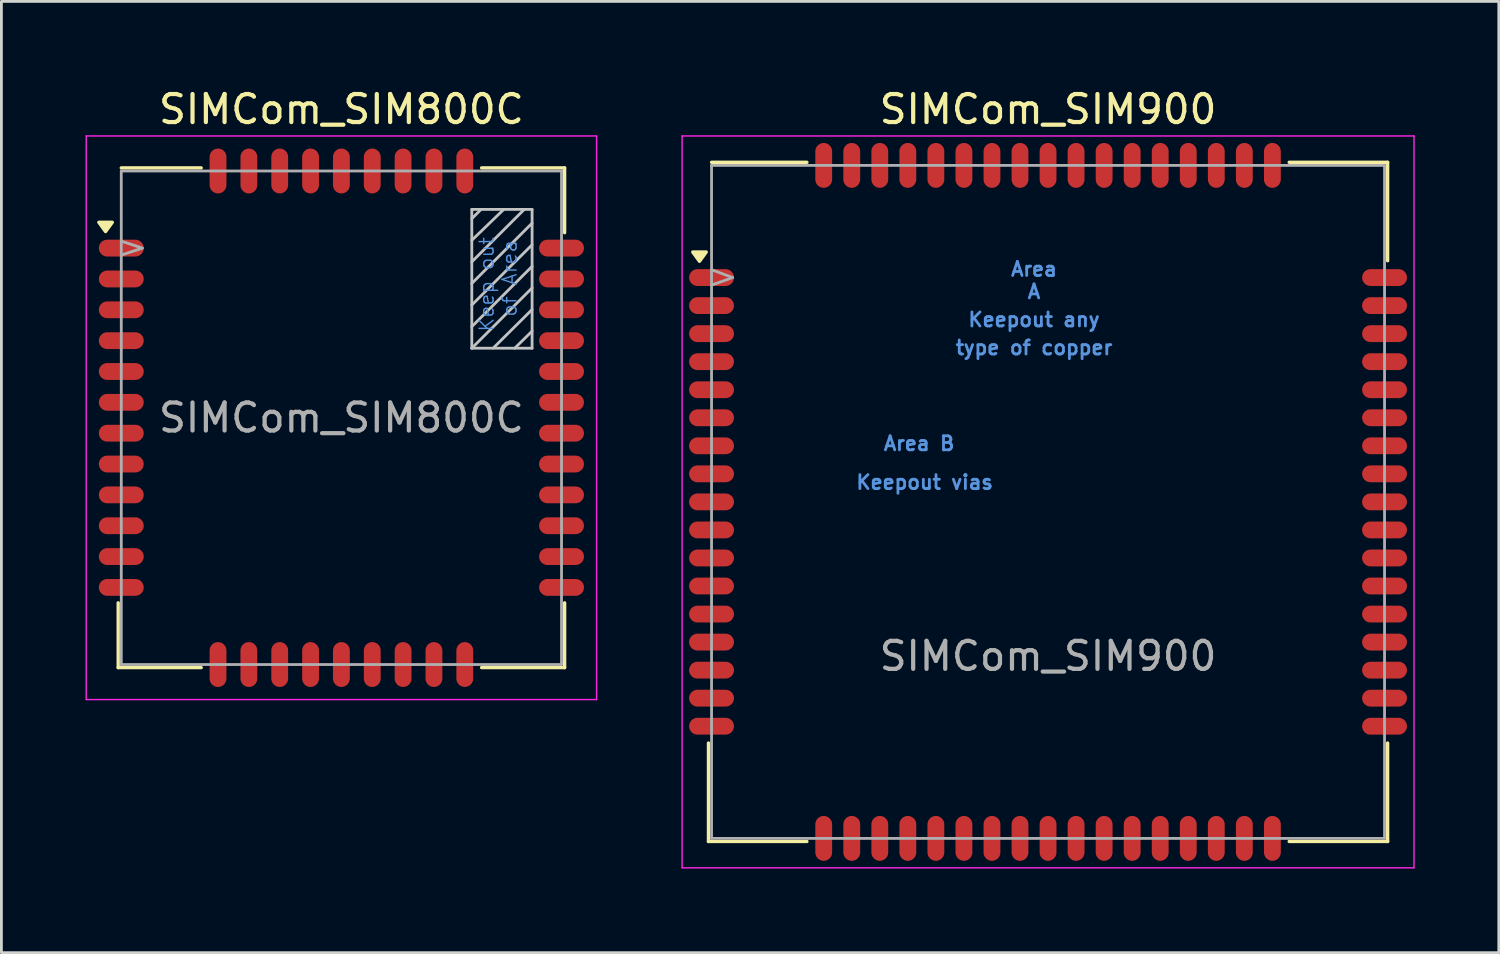
<source format=kicad_pcb>
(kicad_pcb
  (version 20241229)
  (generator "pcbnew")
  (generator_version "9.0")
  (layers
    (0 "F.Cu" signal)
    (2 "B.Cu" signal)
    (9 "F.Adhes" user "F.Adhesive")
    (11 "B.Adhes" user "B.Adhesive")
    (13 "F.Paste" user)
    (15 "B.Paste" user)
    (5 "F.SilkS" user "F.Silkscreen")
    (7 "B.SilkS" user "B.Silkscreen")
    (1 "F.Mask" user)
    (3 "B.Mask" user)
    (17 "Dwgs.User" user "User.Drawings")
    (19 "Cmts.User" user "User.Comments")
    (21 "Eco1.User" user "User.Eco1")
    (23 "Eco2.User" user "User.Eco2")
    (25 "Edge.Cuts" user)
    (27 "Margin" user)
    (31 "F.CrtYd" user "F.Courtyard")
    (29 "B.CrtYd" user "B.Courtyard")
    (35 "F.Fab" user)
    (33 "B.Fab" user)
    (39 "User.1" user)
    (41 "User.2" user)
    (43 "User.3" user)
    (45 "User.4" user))
  (footprint "SIMCom_SIM800C"
    (layer "F.Cu")
    (at 9.125 11.848)
    (property "Reference" "SIMCom_SIM800C" (at 0 -11 0) (layer "F.SilkS") (effects (font (size 1 1) (thickness 0.15))))
    (attr smd)
    (fp_line (start -7.96 8.91) (end -7.96 6.6) (stroke (width 0.12) (type solid)) (layer "F.SilkS"))
    (fp_line (start -7.96 8.91) (end -5 8.91) (stroke (width 0.12) (type solid)) (layer "F.SilkS"))
    (fp_line (start -7.85 -8.91) (end -5 -8.91) (stroke (width 0.12) (type solid)) (layer "F.SilkS"))
    (fp_line (start 7.96 -8.91) (end 5 -8.91) (stroke (width 0.12) (type solid)) (layer "F.SilkS"))
    (fp_line (start 7.96 -8.91) (end 7.96 -6.6) (stroke (width 0.12) (type solid)) (layer "F.SilkS"))
    (fp_line (start 7.96 8.91) (end 5 8.91) (stroke (width 0.12) (type solid)) (layer "F.SilkS"))
    (fp_line (start 7.96 8.91) (end 7.96 6.6) (stroke (width 0.12) (type solid)) (layer "F.SilkS"))
    (fp_poly (pts (xy -8.41 -6.64) (xy -8.65 -6.97) (xy -8.17 -6.97) (xy -8.41 -6.64)) (stroke (width 0.12) (type solid)) (fill yes) (layer "F.SilkS"))
    (fp_line (start 4.65 -7.43) (end 4.65 -2.48) (stroke (width 0.1) (type solid)) (layer "Dwgs.User"))
    (fp_line (start 4.65 -7.43) (end 6.8 -7.43) (stroke (width 0.1) (type solid)) (layer "Dwgs.User"))
    (fp_line (start 4.65 -7.1) (end 4.97 -7.42) (stroke (width 0.1) (type solid)) (layer "Dwgs.User"))
    (fp_line (start 4.65 -6.33) (end 5.78 -7.42) (stroke (width 0.1) (type solid)) (layer "Dwgs.User"))
    (fp_line (start 4.65 -5.56) (end 6.51 -7.42) (stroke (width 0.1) (type solid)) (layer "Dwgs.User"))
    (fp_line (start 4.65 -4.79) (end 6.8 -6.94) (stroke (width 0.1) (type solid)) (layer "Dwgs.User"))
    (fp_line (start 4.65 -4.02) (end 6.8 -6.17) (stroke (width 0.1) (type solid)) (layer "Dwgs.User"))
    (fp_line (start 4.65 -3.25) (end 6.8 -5.4) (stroke (width 0.1) (type solid)) (layer "Dwgs.User"))
    (fp_line (start 4.65 -2.48) (end 6.8 -4.63) (stroke (width 0.1) (type solid)) (layer "Dwgs.User"))
    (fp_line (start 4.65 -2.48) (end 6.8 -2.48) (stroke (width 0.1) (type solid)) (layer "Dwgs.User"))
    (fp_line (start 5.415 -2.486) (end 6.8 -3.86) (stroke (width 0.1) (type solid)) (layer "Dwgs.User"))
    (fp_line (start 6.18 -2.48) (end 6.8 -3.09) (stroke (width 0.1) (type solid)) (layer "Dwgs.User"))
    (fp_line (start 6.8 -7.43) (end 6.8 -2.48) (stroke (width 0.1) (type solid)) (layer "Dwgs.User"))
    (fp_line (start -9.1 -10.05) (end -9.1 10.05) (stroke (width 0.05) (type solid)) (layer "F.CrtYd"))
    (fp_line (start -9.1 -10.05) (end 9.1 -10.05) (stroke (width 0.05) (type solid)) (layer "F.CrtYd"))
    (fp_line (start -9.1 10.05) (end 9.1 10.05) (stroke (width 0.05) (type solid)) (layer "F.CrtYd"))
    (fp_line (start 9.1 -10.05) (end 9.1 10.05) (stroke (width 0.05) (type solid)) (layer "F.CrtYd"))
    (fp_line (start -7.85 -8.8) (end -7.85 8.8) (stroke (width 0.1) (type solid)) (layer "F.Fab"))
    (fp_line (start -7.85 -8.8) (end 7.85 -8.8) (stroke (width 0.1) (type solid)) (layer "F.Fab"))
    (fp_line (start -7.85 -6.3) (end -7.1 -6.05) (stroke (width 0.1) (type solid)) (layer "F.Fab"))
    (fp_line (start -7.85 -5.8) (end -7.1 -6.05) (stroke (width 0.1) (type solid)) (layer "F.Fab"))
    (fp_line (start -7.85 8.8) (end 7.85 8.8) (stroke (width 0.1) (type solid)) (layer "F.Fab"))
    (fp_line (start 7.85 -8.8) (end 7.85 8.8) (stroke (width 0.1) (type solid)) (layer "F.Fab"))
    (fp_text user "Keep out " (at 5.18 -4.95 90) (layer "Cmts.User") (effects (font (size 0.5 0.5) (thickness 0.05))))
    (fp_text user "of Area" (at 6 -4.97 90) (layer "Cmts.User") (effects (font (size 0.5 0.5) (thickness 0.05))))
    (fp_text user "${REFERENCE}" (at 0 0 0) (layer "F.Fab") (effects (font (size 1 1) (thickness 0.15))))
    (pad "" smd oval (at -7.95 -6.05) (size 1.8 0.55) (layers "F.Paste"))
    (pad "" smd oval (at -7.95 -4.95) (size 1.8 0.55) (layers "F.Paste"))
    (pad "" smd oval (at -7.95 -3.85) (size 1.8 0.55) (layers "F.Paste"))
    (pad "" smd oval (at -7.95 -2.75) (size 1.8 0.55) (layers "F.Paste"))
    (pad "" smd oval (at -7.95 -1.65) (size 1.8 0.55) (layers "F.Paste"))
    (pad "" smd oval (at -7.95 -0.55) (size 1.8 0.55) (layers "F.Paste"))
    (pad "" smd oval (at -7.95 0.55) (size 1.8 0.55) (layers "F.Paste"))
    (pad "" smd oval (at -7.95 1.65) (size 1.8 0.55) (layers "F.Paste"))
    (pad "" smd oval (at -7.95 2.75) (size 1.8 0.55) (layers "F.Paste"))
    (pad "" smd oval (at -7.95 3.85) (size 1.8 0.55) (layers "F.Paste"))
    (pad "" smd oval (at -7.95 4.95) (size 1.8 0.55) (layers "F.Paste"))
    (pad "" smd oval (at -7.95 6.05) (size 1.8 0.55) (layers "F.Paste"))
    (pad "" smd oval (at -4.4 -8.9 90) (size 1.8 0.55) (layers "F.Paste"))
    (pad "" smd oval (at -4.4 8.9 90) (size 1.8 0.55) (layers "F.Paste"))
    (pad "" smd oval (at -3.3 -8.9 90) (size 1.8 0.55) (layers "F.Paste"))
    (pad "" smd oval (at -3.3 8.9 90) (size 1.8 0.55) (layers "F.Paste"))
    (pad "" smd oval (at -2.2 -8.9 90) (size 1.8 0.55) (layers "F.Paste"))
    (pad "" smd oval (at -2.2 8.9 90) (size 1.8 0.55) (layers "F.Paste"))
    (pad "" smd oval (at -1.1 -8.9 90) (size 1.8 0.55) (layers "F.Paste"))
    (pad "" smd oval (at -1.1 8.9 90) (size 1.8 0.55) (layers "F.Paste"))
    (pad "" smd oval (at 0 -8.9 90) (size 1.8 0.55) (layers "F.Paste"))
    (pad "" smd oval (at 0 8.9 90) (size 1.8 0.55) (layers "F.Paste"))
    (pad "" smd oval (at 1.1 -8.9 90) (size 1.8 0.55) (layers "F.Paste"))
    (pad "" smd oval (at 1.1 8.9 90) (size 1.8 0.55) (layers "F.Paste"))
    (pad "" smd oval (at 2.2 -8.9 90) (size 1.8 0.55) (layers "F.Paste"))
    (pad "" smd oval (at 2.2 8.9 90) (size 1.8 0.55) (layers "F.Paste"))
    (pad "" smd oval (at 3.3 -8.9 90) (size 1.8 0.55) (layers "F.Paste"))
    (pad "" smd oval (at 3.3 8.9 90) (size 1.8 0.55) (layers "F.Paste"))
    (pad "" smd oval (at 4.4 -8.9 90) (size 1.8 0.55) (layers "F.Paste"))
    (pad "" smd oval (at 4.4 8.9 90) (size 1.8 0.55) (layers "F.Paste"))
    (pad "" smd oval (at 7.95 -6.05) (size 1.8 0.55) (layers "F.Paste"))
    (pad "" smd oval (at 7.95 -4.95) (size 1.8 0.55) (layers "F.Paste"))
    (pad "" smd oval (at 7.95 -3.85) (size 1.8 0.55) (layers "F.Paste"))
    (pad "" smd oval (at 7.95 -2.75) (size 1.8 0.55) (layers "F.Paste"))
    (pad "" smd oval (at 7.95 -1.65) (size 1.8 0.55) (layers "F.Paste"))
    (pad "" smd oval (at 7.95 -0.55) (size 1.8 0.55) (layers "F.Paste"))
    (pad "" smd oval (at 7.95 0.55) (size 1.8 0.55) (layers "F.Paste"))
    (pad "" smd oval (at 7.95 1.65) (size 1.8 0.55) (layers "F.Paste"))
    (pad "" smd oval (at 7.95 2.75) (size 1.8 0.55) (layers "F.Paste"))
    (pad "" smd oval (at 7.95 3.85) (size 1.8 0.55) (layers "F.Paste"))
    (pad "" smd oval (at 7.95 4.95) (size 1.8 0.55) (layers "F.Paste"))
    (pad "" smd oval (at 7.95 6.05) (size 1.8 0.55) (layers "F.Paste"))
    (pad "1" smd oval (at -7.85 -6.05) (size 1.6 0.6) (layers "F.Cu" "F.Mask"))
    (pad "2" smd oval (at -7.85 -4.95) (size 1.6 0.6) (layers "F.Cu" "F.Mask"))
    (pad "3" smd oval (at -7.85 -3.85) (size 1.6 0.6) (layers "F.Cu" "F.Mask"))
    (pad "4" smd oval (at -7.85 -2.75) (size 1.6 0.6) (layers "F.Cu" "F.Mask"))
    (pad "5" smd oval (at -7.85 -1.65) (size 1.6 0.6) (layers "F.Cu" "F.Mask"))
    (pad "6" smd oval (at -7.85 -0.55) (size 1.6 0.6) (layers "F.Cu" "F.Mask"))
    (pad "7" smd oval (at -7.85 0.55) (size 1.6 0.6) (layers "F.Cu" "F.Mask"))
    (pad "8" smd oval (at -7.85 1.65) (size 1.6 0.6) (layers "F.Cu" "F.Mask"))
    (pad "9" smd oval (at -7.85 2.75) (size 1.6 0.6) (layers "F.Cu" "F.Mask"))
    (pad "10" smd oval (at -7.85 3.85) (size 1.6 0.6) (layers "F.Cu" "F.Mask"))
    (pad "11" smd oval (at -7.85 4.95) (size 1.6 0.6) (layers "F.Cu" "F.Mask"))
    (pad "12" smd oval (at -7.85 6.05) (size 1.6 0.6) (layers "F.Cu" "F.Mask"))
    (pad "13" smd oval (at -4.4 8.8) (size 0.6 1.6) (layers "F.Cu" "F.Mask"))
    (pad "14" smd oval (at -3.3 8.8) (size 0.6 1.6) (layers "F.Cu" "F.Mask"))
    (pad "15" smd oval (at -2.2 8.8) (size 0.6 1.6) (layers "F.Cu" "F.Mask"))
    (pad "16" smd oval (at -1.1 8.8) (size 0.6 1.6) (layers "F.Cu" "F.Mask"))
    (pad "17" smd oval (at 0 8.8) (size 0.6 1.6) (layers "F.Cu" "F.Mask"))
    (pad "18" smd oval (at 1.1 8.8) (size 0.6 1.6) (layers "F.Cu" "F.Mask"))
    (pad "19" smd oval (at 2.2 8.8) (size 0.6 1.6) (layers "F.Cu" "F.Mask"))
    (pad "20" smd oval (at 3.3 8.8) (size 0.6 1.6) (layers "F.Cu" "F.Mask"))
    (pad "21" smd oval (at 4.4 8.8) (size 0.6 1.6) (layers "F.Cu" "F.Mask"))
    (pad "22" smd oval (at 7.85 6.05) (size 1.6 0.6) (layers "F.Cu" "F.Mask"))
    (pad "23" smd oval (at 7.85 4.95) (size 1.6 0.6) (layers "F.Cu" "F.Mask"))
    (pad "24" smd oval (at 7.85 3.85) (size 1.6 0.6) (layers "F.Cu" "F.Mask"))
    (pad "25" smd oval (at 7.85 2.75) (size 1.6 0.6) (layers "F.Cu" "F.Mask"))
    (pad "26" smd oval (at 7.85 1.65) (size 1.6 0.6) (layers "F.Cu" "F.Mask"))
    (pad "27" smd oval (at 7.85 0.55) (size 1.6 0.6) (layers "F.Cu" "F.Mask"))
    (pad "28" smd oval (at 7.85 -0.55) (size 1.6 0.6) (layers "F.Cu" "F.Mask"))
    (pad "29" smd oval (at 7.85 -1.65) (size 1.6 0.6) (layers "F.Cu" "F.Mask"))
    (pad "30" smd oval (at 7.85 -2.75) (size 1.6 0.6) (layers "F.Cu" "F.Mask"))
    (pad "31" smd oval (at 7.85 -3.85) (size 1.6 0.6) (layers "F.Cu" "F.Mask"))
    (pad "32" smd oval (at 7.85 -4.95) (size 1.6 0.6) (layers "F.Cu" "F.Mask"))
    (pad "33" smd oval (at 7.85 -6.05) (size 1.6 0.6) (layers "F.Cu" "F.Mask"))
    (pad "34" smd oval (at 4.4 -8.8) (size 0.6 1.6) (layers "F.Cu" "F.Mask"))
    (pad "35" smd oval (at 3.3 -8.8) (size 0.6 1.6) (layers "F.Cu" "F.Mask"))
    (pad "36" smd oval (at 2.2 -8.8) (size 0.6 1.6) (layers "F.Cu" "F.Mask"))
    (pad "37" smd oval (at 1.1 -8.8) (size 0.6 1.6) (layers "F.Cu" "F.Mask"))
    (pad "38" smd oval (at 0 -8.8) (size 0.6 1.6) (layers "F.Cu" "F.Mask"))
    (pad "39" smd oval (at -1.1 -8.8) (size 0.6 1.6) (layers "F.Cu" "F.Mask"))
    (pad "40" smd oval (at -2.2 -8.8) (size 0.6 1.6) (layers "F.Cu" "F.Mask"))
    (pad "41" smd oval (at -3.3 -8.8) (size 0.6 1.6) (layers "F.Cu" "F.Mask"))
    (pad "42" smd oval (at -4.4 -8.8) (size 0.6 1.6) (layers "F.Cu" "F.Mask")))
  (footprint "SIMCom_SIM900"
    (layer "F.Cu")
    (at 34.325 14.848)
    (property "Reference" "SIMCom_SIM900" (at 0 -14 0) (layer "F.SilkS") (effects (font (size 1 1) (thickness 0.15))))
    (attr smd)
    (fp_line (start -12.11 8.6) (end -12.11 12.11) (stroke (width 0.12) (type solid)) (layer "F.SilkS"))
    (fp_line (start -12.11 12.11) (end -8.6 12.11) (stroke (width 0.12) (type solid)) (layer "F.SilkS"))
    (fp_line (start -12 -12.11) (end -8.6 -12.11) (stroke (width 0.12) (type solid)) (layer "F.SilkS"))
    (fp_line (start 8.6 -12.11) (end 12.11 -12.11) (stroke (width 0.12) (type solid)) (layer "F.SilkS"))
    (fp_line (start 8.6 12.11) (end 12.11 12.11) (stroke (width 0.12) (type solid)) (layer "F.SilkS"))
    (fp_line (start 12.11 -12.11) (end 12.11 -8.6) (stroke (width 0.12) (type solid)) (layer "F.SilkS"))
    (fp_line (start 12.11 8.6) (end 12.11 12.11) (stroke (width 0.12) (type solid)) (layer "F.SilkS"))
    (fp_poly (pts (xy -12.43 -8.58) (xy -12.67 -8.91) (xy -12.19 -8.91) (xy -12.43 -8.58)) (stroke (width 0.12) (type solid)) (fill yes) (layer "F.SilkS"))
    (fp_line (start -13.05 -13.05) (end 13.05 -13.05) (stroke (width 0.05) (type solid)) (layer "F.CrtYd"))
    (fp_line (start -13.05 13.05) (end -13.05 -13.05) (stroke (width 0.05) (type solid)) (layer "F.CrtYd"))
    (fp_line (start 13.05 -13.05) (end 13.05 13.05) (stroke (width 0.05) (type solid)) (layer "F.CrtYd"))
    (fp_line (start 13.05 13.05) (end -13.05 13.05) (stroke (width 0.05) (type solid)) (layer "F.CrtYd"))
    (fp_line (start -12 -12) (end 12 -12) (stroke (width 0.1) (type solid)) (layer "F.Fab"))
    (fp_line (start -12 -8.28) (end -11.25 -8) (stroke (width 0.1) (type solid)) (layer "F.Fab"))
    (fp_line (start -12 12) (end -12 -12) (stroke (width 0.1) (type solid)) (layer "F.Fab"))
    (fp_line (start -11.25 -8) (end -12 -7.73) (stroke (width 0.1) (type solid)) (layer "F.Fab"))
    (fp_line (start 12 -12) (end 12 12) (stroke (width 0.1) (type solid)) (layer "F.Fab"))
    (fp_line (start 12 12) (end -12 12) (stroke (width 0.1) (type solid)) (layer "F.Fab"))
    (fp_text user "A" (at -0.5 -7.5 0) (layer "Cmts.User") (effects (font (size 0.5 0.5) (thickness 0.1))))
    (fp_text user "Keepout any" (at -0.5 -6.5 0) (layer "Cmts.User") (effects (font (size 0.5 0.5) (thickness 0.1))))
    (fp_text user "Area" (at -0.5 -8.3 0) (layer "Cmts.User") (effects (font (size 0.5 0.5) (thickness 0.1))))
    (fp_text user "Area B" (at -4.597 -2.083 0) (layer "Cmts.User") (effects (font (size 0.5 0.5) (thickness 0.1))))
    (fp_text user "type of copper" (at -0.5 -5.5 0) (layer "Cmts.User") (effects (font (size 0.5 0.5) (thickness 0.1))))
    (fp_text user "Keepout vias" (at -4.4 -0.7 0) (layer "Cmts.User") (effects (font (size 0.5 0.5) (thickness 0.1))))
    (fp_text user "${REFERENCE}" (at 0 5.5 0) (layer "F.Fab") (effects (font (size 1 1) (thickness 0.15))))
    (pad "1" smd oval (at -12 -8) (size 1.6 0.6) (layers "F.Cu" "F.Mask" "F.Paste"))
    (pad "2" smd oval (at -12 -7) (size 1.6 0.6) (layers "F.Cu" "F.Mask" "F.Paste"))
    (pad "3" smd oval (at -12 -6) (size 1.6 0.6) (layers "F.Cu" "F.Mask" "F.Paste"))
    (pad "4" smd oval (at -12 -5) (size 1.6 0.6) (layers "F.Cu" "F.Mask" "F.Paste"))
    (pad "5" smd oval (at -12 -4) (size 1.6 0.6) (layers "F.Cu" "F.Mask" "F.Paste"))
    (pad "6" smd oval (at -12 -3) (size 1.6 0.6) (layers "F.Cu" "F.Mask" "F.Paste"))
    (pad "7" smd oval (at -12 -2) (size 1.6 0.6) (layers "F.Cu" "F.Mask" "F.Paste"))
    (pad "8" smd oval (at -12 -1) (size 1.6 0.6) (layers "F.Cu" "F.Mask" "F.Paste"))
    (pad "9" smd oval (at -12 0) (size 1.6 0.6) (layers "F.Cu" "F.Mask" "F.Paste"))
    (pad "10" smd oval (at -12 1) (size 1.6 0.6) (layers "F.Cu" "F.Mask" "F.Paste"))
    (pad "11" smd oval (at -12 2) (size 1.6 0.6) (layers "F.Cu" "F.Mask" "F.Paste"))
    (pad "12" smd oval (at -12 3) (size 1.6 0.6) (layers "F.Cu" "F.Mask" "F.Paste"))
    (pad "13" smd oval (at -12 4) (size 1.6 0.6) (layers "F.Cu" "F.Mask" "F.Paste"))
    (pad "14" smd oval (at -12 5) (size 1.6 0.6) (layers "F.Cu" "F.Mask" "F.Paste"))
    (pad "15" smd oval (at -12 6) (size 1.6 0.6) (layers "F.Cu" "F.Mask" "F.Paste"))
    (pad "16" smd oval (at -12 7) (size 1.6 0.6) (layers "F.Cu" "F.Mask" "F.Paste"))
    (pad "17" smd oval (at -12 8) (size 1.6 0.6) (layers "F.Cu" "F.Mask" "F.Paste"))
    (pad "18" smd oval (at -8 12) (size 0.6 1.6) (layers "F.Cu" "F.Mask" "F.Paste"))
    (pad "19" smd oval (at -7 12) (size 0.6 1.6) (layers "F.Cu" "F.Mask" "F.Paste"))
    (pad "20" smd oval (at -6 12) (size 0.6 1.6) (layers "F.Cu" "F.Mask" "F.Paste"))
    (pad "21" smd oval (at -5 12) (size 0.6 1.6) (layers "F.Cu" "F.Mask" "F.Paste"))
    (pad "22" smd oval (at -4 12) (size 0.6 1.6) (layers "F.Cu" "F.Mask" "F.Paste"))
    (pad "23" smd oval (at -3 12) (size 0.6 1.6) (layers "F.Cu" "F.Mask" "F.Paste"))
    (pad "24" smd oval (at -2 12) (size 0.6 1.6) (layers "F.Cu" "F.Mask" "F.Paste"))
    (pad "25" smd oval (at -1 12) (size 0.6 1.6) (layers "F.Cu" "F.Mask" "F.Paste"))
    (pad "26" smd oval (at 0 12) (size 0.6 1.6) (layers "F.Cu" "F.Mask" "F.Paste"))
    (pad "27" smd oval (at 1 12) (size 0.6 1.6) (layers "F.Cu" "F.Mask" "F.Paste"))
    (pad "28" smd oval (at 2 12) (size 0.6 1.6) (layers "F.Cu" "F.Mask" "F.Paste"))
    (pad "29" smd oval (at 3 12) (size 0.6 1.6) (layers "F.Cu" "F.Mask" "F.Paste"))
    (pad "30" smd oval (at 4 12) (size 0.6 1.6) (layers "F.Cu" "F.Mask" "F.Paste"))
    (pad "31" smd oval (at 5 12) (size 0.6 1.6) (layers "F.Cu" "F.Mask" "F.Paste"))
    (pad "32" smd oval (at 6 12) (size 0.6 1.6) (layers "F.Cu" "F.Mask" "F.Paste"))
    (pad "33" smd oval (at 7 12) (size 0.6 1.6) (layers "F.Cu" "F.Mask" "F.Paste"))
    (pad "34" smd oval (at 8 12) (size 0.6 1.6) (layers "F.Cu" "F.Mask" "F.Paste"))
    (pad "35" smd oval (at 12 8) (size 1.6 0.6) (layers "F.Cu" "F.Mask" "F.Paste"))
    (pad "36" smd oval (at 12 7) (size 1.6 0.6) (layers "F.Cu" "F.Mask" "F.Paste"))
    (pad "37" smd oval (at 12 6) (size 1.6 0.6) (layers "F.Cu" "F.Mask" "F.Paste"))
    (pad "38" smd oval (at 12 5) (size 1.6 0.6) (layers "F.Cu" "F.Mask" "F.Paste"))
    (pad "39" smd oval (at 12 4) (size 1.6 0.6) (layers "F.Cu" "F.Mask" "F.Paste"))
    (pad "40" smd oval (at 12 3) (size 1.6 0.6) (layers "F.Cu" "F.Mask" "F.Paste"))
    (pad "41" smd oval (at 12 2) (size 1.6 0.6) (layers "F.Cu" "F.Mask" "F.Paste"))
    (pad "42" smd oval (at 12 1) (size 1.6 0.6) (layers "F.Cu" "F.Mask" "F.Paste"))
    (pad "43" smd oval (at 12 0) (size 1.6 0.6) (layers "F.Cu" "F.Mask" "F.Paste"))
    (pad "44" smd oval (at 12 -1) (size 1.6 0.6) (layers "F.Cu" "F.Mask" "F.Paste"))
    (pad "45" smd oval (at 12 -2) (size 1.6 0.6) (layers "F.Cu" "F.Mask" "F.Paste"))
    (pad "46" smd oval (at 12 -3) (size 1.6 0.6) (layers "F.Cu" "F.Mask" "F.Paste"))
    (pad "47" smd oval (at 12 -4) (size 1.6 0.6) (layers "F.Cu" "F.Mask" "F.Paste"))
    (pad "48" smd oval (at 12 -5) (size 1.6 0.6) (layers "F.Cu" "F.Mask" "F.Paste"))
    (pad "49" smd oval (at 12 -6) (size 1.6 0.6) (layers "F.Cu" "F.Mask" "F.Paste"))
    (pad "50" smd oval (at 12 -7) (size 1.6 0.6) (layers "F.Cu" "F.Mask" "F.Paste"))
    (pad "51" smd oval (at 12 -8) (size 1.6 0.6) (layers "F.Cu" "F.Mask" "F.Paste"))
    (pad "52" smd oval (at 8 -12) (size 0.6 1.6) (layers "F.Cu" "F.Mask" "F.Paste"))
    (pad "53" smd oval (at 7 -12) (size 0.6 1.6) (layers "F.Cu" "F.Mask" "F.Paste"))
    (pad "54" smd oval (at 6 -12) (size 0.6 1.6) (layers "F.Cu" "F.Mask" "F.Paste"))
    (pad "55" smd oval (at 5 -12) (size 0.6 1.6) (layers "F.Cu" "F.Mask" "F.Paste"))
    (pad "56" smd oval (at 4 -12) (size 0.6 1.6) (layers "F.Cu" "F.Mask" "F.Paste"))
    (pad "57" smd oval (at 3 -12) (size 0.6 1.6) (layers "F.Cu" "F.Mask" "F.Paste"))
    (pad "58" smd oval (at 2 -12) (size 0.6 1.6) (layers "F.Cu" "F.Mask" "F.Paste"))
    (pad "59" smd oval (at 1 -12) (size 0.6 1.6) (layers "F.Cu" "F.Mask" "F.Paste"))
    (pad "60" smd oval (at 0 -12) (size 0.6 1.6) (layers "F.Cu" "F.Mask" "F.Paste"))
    (pad "61" smd oval (at -1 -12) (size 0.6 1.6) (layers "F.Cu" "F.Mask" "F.Paste"))
    (pad "62" smd oval (at -2 -12) (size 0.6 1.6) (layers "F.Cu" "F.Mask" "F.Paste"))
    (pad "63" smd oval (at -3 -12) (size 0.6 1.6) (layers "F.Cu" "F.Mask" "F.Paste"))
    (pad "64" smd oval (at -4 -12) (size 0.6 1.6) (layers "F.Cu" "F.Mask" "F.Paste"))
    (pad "65" smd oval (at -5 -12) (size 0.6 1.6) (layers "F.Cu" "F.Mask" "F.Paste"))
    (pad "66" smd oval (at -6 -12) (size 0.6 1.6) (layers "F.Cu" "F.Mask" "F.Paste"))
    (pad "67" smd oval (at -7 -12) (size 0.6 1.6) (layers "F.Cu" "F.Mask" "F.Paste"))
    (pad "68" smd oval (at -8 -12) (size 0.6 1.6) (layers "F.Cu" "F.Mask" "F.Paste"))
    (zone (net_name "") (layer "F.Cu") (hatch full 0.508) (connect_pads) (min_thickness 0.254) (filled_areas_thickness no) (keepout (tracks allowed) (vias not_allowed) (pads not_allowed) (copperpour allowed) (footprints allowed)) (placement (enabled no)) (fill) (polygon (pts (xy 27.025 12.048) (xy 32.625 12.048) (xy 32.625 17.648) (xy 27.025 17.648))))
    (zone (net_name "") (layer "F.Cu") (hatch full 0.508) (connect_pads) (min_thickness 0.254) (filled_areas_thickness no) (keepout (tracks not_allowed) (vias not_allowed) (pads not_allowed) (copperpour not_allowed) (footprints not_allowed)) (placement (enabled no)) (fill) (polygon (pts (xy 34.83 6.848) (xy 34.811 6.653) (xy 34.754 6.465) (xy 34.662 6.292) (xy 34.538 6.14) (xy 34.387 6.015) (xy 34.214 5.922) (xy 34.027 5.864) (xy 33.832 5.843) (xy 33.637 5.861) (xy 33.449 5.917) (xy 33.275 6.007) (xy 33.122 6.13) (xy 32.996 6.281) (xy 32.901 6.452) (xy 32.842 6.639) (xy 32.82 6.834) (xy 32.837 7.03) (xy 32.891 7.218) (xy 32.98 7.393) (xy 33.102 7.546) (xy 33.252 7.673) (xy 33.423 7.769) (xy 33.609 7.83) (xy 33.804 7.853) (xy 33.999 7.838) (xy 34.188 7.785) (xy 34.363 7.697) (xy 34.518 7.576) (xy 34.646 7.427) (xy 34.743 7.257) (xy 34.805 7.071) (xy 34.829 6.876)))))
  (gr_rect
    (start -3 -3)
    (end 50.4 30.923)
    (stroke (width 0.1) (type default))
    (fill no)
    (layer "Edge.Cuts")))
</source>
